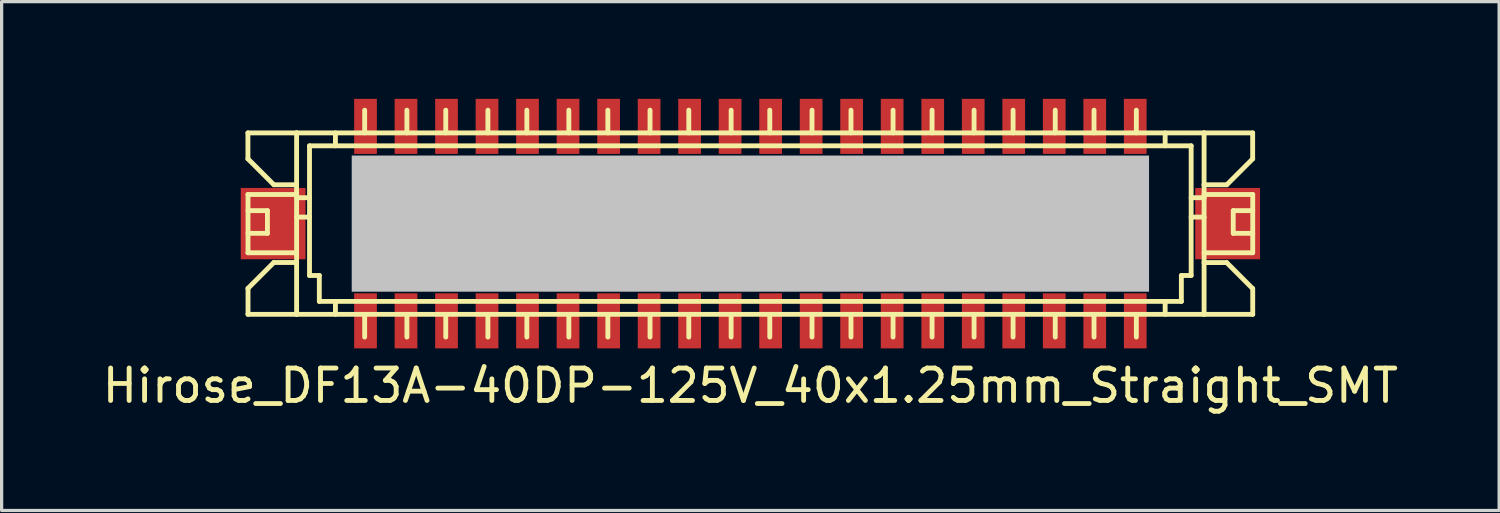
<source format=kicad_pcb>
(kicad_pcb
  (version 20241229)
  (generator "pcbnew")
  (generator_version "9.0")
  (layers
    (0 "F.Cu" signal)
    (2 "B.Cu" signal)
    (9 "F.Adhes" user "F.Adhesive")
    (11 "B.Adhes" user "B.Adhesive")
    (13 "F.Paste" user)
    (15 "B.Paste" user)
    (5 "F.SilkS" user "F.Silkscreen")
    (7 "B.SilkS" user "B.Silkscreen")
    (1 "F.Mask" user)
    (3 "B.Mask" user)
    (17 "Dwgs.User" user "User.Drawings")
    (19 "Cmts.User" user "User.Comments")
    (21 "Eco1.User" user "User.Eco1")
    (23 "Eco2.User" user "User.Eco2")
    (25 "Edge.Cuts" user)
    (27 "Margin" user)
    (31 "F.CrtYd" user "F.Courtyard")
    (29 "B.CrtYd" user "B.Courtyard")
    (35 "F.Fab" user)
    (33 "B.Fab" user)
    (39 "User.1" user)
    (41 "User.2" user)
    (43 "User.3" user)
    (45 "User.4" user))
  (footprint "Hirose_DF13A-40DP-125V_40x1.25mm_Straight_SMT"
    (layer "F.Cu")
    (at 20.101 3.849)
    (property "Reference" "Hirose_DF13A-40DP-125V_40x1.25mm_Straight_SMT" (at 0 5.001 0) (layer "F.SilkS") (effects (font (size 1 1) (thickness 0.15))))
    (attr smd)
    (fp_line (start -15.502 -2.799) (end -15.502 -1.999) (stroke (width 0.15) (type solid)) (layer "F.SilkS"))
    (fp_line (start -15.502 -1.999) (end -14.702 -1.199) (stroke (width 0.15) (type solid)) (layer "F.SilkS"))
    (fp_line (start -15.502 -0.899) (end -14 -0.899) (stroke (width 0.15) (type solid)) (layer "F.SilkS"))
    (fp_line (start -15.502 0.899) (end -14 0.899) (stroke (width 0.15) (type solid)) (layer "F.SilkS"))
    (fp_line (start -15.502 2.799) (end -14 2.799) (stroke (width 0.15) (type solid)) (layer "F.SilkS"))
    (fp_line (start -15.499 -0.401) (end -14.9 -0.401) (stroke (width 0.15) (type solid)) (layer "F.SilkS"))
    (fp_line (start -15.499 0.899) (end -15.499 -0.899) (stroke (width 0.15) (type solid)) (layer "F.SilkS"))
    (fp_line (start -15.499 2.799) (end -15.499 1.999) (stroke (width 0.15) (type solid)) (layer "F.SilkS"))
    (fp_line (start -14.9 -0.401) (end -14.9 0.3) (stroke (width 0.15) (type solid)) (layer "F.SilkS"))
    (fp_line (start -14.9 0.3) (end -15.499 0.3) (stroke (width 0.15) (type solid)) (layer "F.SilkS"))
    (fp_line (start -14.702 -1.199) (end -14 -1.199) (stroke (width 0.15) (type solid)) (layer "F.SilkS"))
    (fp_line (start -14.702 1.199) (end -15.502 1.999) (stroke (width 0.15) (type solid)) (layer "F.SilkS"))
    (fp_line (start -14 -2.799) (end -15.502 -2.799) (stroke (width 0.15) (type solid)) (layer "F.SilkS"))
    (fp_line (start -14 -2.799) (end -14 2.799) (stroke (width 0.15) (type solid)) (layer "F.SilkS"))
    (fp_line (start -14 -0.8) (end -13.599 -0.8) (stroke (width 0.15) (type solid)) (layer "F.SilkS"))
    (fp_line (start -14 -0.201) (end -13.599 -0.201) (stroke (width 0.15) (type solid)) (layer "F.SilkS"))
    (fp_line (start -14 1.199) (end -14.702 1.199) (stroke (width 0.15) (type solid)) (layer "F.SilkS"))
    (fp_line (start -14 2.799) (end 14 2.799) (stroke (width 0.15) (type solid)) (layer "F.SilkS"))
    (fp_line (start -13.602 1.6) (end -13.602 -2.4) (stroke (width 0.15) (type solid)) (layer "F.SilkS"))
    (fp_line (start -13.599 -2.4) (end 13.599 -2.4) (stroke (width 0.15) (type solid)) (layer "F.SilkS"))
    (fp_line (start -13.299 1.6) (end -13.602 1.6) (stroke (width 0.15) (type solid)) (layer "F.SilkS"))
    (fp_line (start -13.299 2.4) (end -13.299 1.6) (stroke (width 0.15) (type solid)) (layer "F.SilkS"))
    (fp_line (start -12.802 -2.799) (end -12.802 -2.4) (stroke (width 0.15) (type solid)) (layer "F.SilkS"))
    (fp_line (start -12.802 2.4) (end -12.802 2.799) (stroke (width 0.15) (type solid)) (layer "F.SilkS"))
    (fp_line (start -12.002 -0.701) (end -12.002 -0.5) (stroke (width 0.15) (type solid)) (layer "F.SilkS"))
    (fp_line (start -12.002 -0.5) (end -11.801 -0.5) (stroke (width 0.15) (type solid)) (layer "F.SilkS"))
    (fp_line (start -12.002 0.498) (end -12.002 0.699) (stroke (width 0.15) (type solid)) (layer "F.SilkS"))
    (fp_line (start -12.002 0.699) (end -11.801 0.699) (stroke (width 0.15) (type solid)) (layer "F.SilkS"))
    (fp_line (start -11.9 -3.5) (end -11.9 -2.799) (stroke (width 0.15) (type solid)) (layer "F.SilkS"))
    (fp_line (start -11.9 2.799) (end -11.9 3.5) (stroke (width 0.15) (type solid)) (layer "F.SilkS"))
    (fp_line (start -11.801 -0.701) (end -12.002 -0.701) (stroke (width 0.15) (type solid)) (layer "F.SilkS"))
    (fp_line (start -11.801 -0.5) (end -11.801 -0.701) (stroke (width 0.15) (type solid)) (layer "F.SilkS"))
    (fp_line (start -11.801 0.498) (end -12.002 0.498) (stroke (width 0.15) (type solid)) (layer "F.SilkS"))
    (fp_line (start -11.801 0.699) (end -11.801 0.498) (stroke (width 0.15) (type solid)) (layer "F.SilkS"))
    (fp_line (start -10.698 -0.699) (end -10.5 -0.699) (stroke (width 0.15) (type solid)) (layer "F.SilkS"))
    (fp_line (start -10.698 -0.5) (end -10.698 -0.699) (stroke (width 0.15) (type solid)) (layer "F.SilkS"))
    (fp_line (start -10.698 0.5) (end -10.5 0.5) (stroke (width 0.15) (type solid)) (layer "F.SilkS"))
    (fp_line (start -10.698 0.699) (end -10.698 0.5) (stroke (width 0.15) (type solid)) (layer "F.SilkS"))
    (fp_line (start -10.597 -3.5) (end -10.597 -2.799) (stroke (width 0.15) (type solid)) (layer "F.SilkS"))
    (fp_line (start -10.597 2.799) (end -10.597 3.5) (stroke (width 0.15) (type solid)) (layer "F.SilkS"))
    (fp_line (start -10.5 -0.699) (end -10.5 -0.5) (stroke (width 0.15) (type solid)) (layer "F.SilkS"))
    (fp_line (start -10.5 -0.5) (end -10.698 -0.5) (stroke (width 0.15) (type solid)) (layer "F.SilkS"))
    (fp_line (start -10.5 0.5) (end -10.5 0.699) (stroke (width 0.15) (type solid)) (layer "F.SilkS"))
    (fp_line (start -10.5 0.699) (end -10.698 0.699) (stroke (width 0.15) (type solid)) (layer "F.SilkS"))
    (fp_line (start -9.502 -0.699) (end -9.304 -0.699) (stroke (width 0.15) (type solid)) (layer "F.SilkS"))
    (fp_line (start -9.502 -0.5) (end -9.502 -0.699) (stroke (width 0.15) (type solid)) (layer "F.SilkS"))
    (fp_line (start -9.502 0.5) (end -9.304 0.5) (stroke (width 0.15) (type solid)) (layer "F.SilkS"))
    (fp_line (start -9.502 0.699) (end -9.502 0.5) (stroke (width 0.15) (type solid)) (layer "F.SilkS"))
    (fp_line (start -9.398 -3.5) (end -9.398 -2.799) (stroke (width 0.15) (type solid)) (layer "F.SilkS"))
    (fp_line (start -9.398 2.799) (end -9.398 3.5) (stroke (width 0.15) (type solid)) (layer "F.SilkS"))
    (fp_line (start -9.304 -0.699) (end -9.304 -0.5) (stroke (width 0.15) (type solid)) (layer "F.SilkS"))
    (fp_line (start -9.304 -0.5) (end -9.502 -0.5) (stroke (width 0.15) (type solid)) (layer "F.SilkS"))
    (fp_line (start -9.304 0.5) (end -9.304 0.699) (stroke (width 0.15) (type solid)) (layer "F.SilkS"))
    (fp_line (start -9.304 0.699) (end -9.502 0.699) (stroke (width 0.15) (type solid)) (layer "F.SilkS"))
    (fp_line (start -8.199 -0.699) (end -8.001 -0.699) (stroke (width 0.15) (type solid)) (layer "F.SilkS"))
    (fp_line (start -8.199 -0.5) (end -8.199 -0.699) (stroke (width 0.15) (type solid)) (layer "F.SilkS"))
    (fp_line (start -8.199 0.5) (end -8.001 0.5) (stroke (width 0.15) (type solid)) (layer "F.SilkS"))
    (fp_line (start -8.199 0.699) (end -8.199 0.5) (stroke (width 0.15) (type solid)) (layer "F.SilkS"))
    (fp_line (start -8.098 -3.5) (end -8.098 -2.799) (stroke (width 0.15) (type solid)) (layer "F.SilkS"))
    (fp_line (start -8.098 2.799) (end -8.098 3.5) (stroke (width 0.15) (type solid)) (layer "F.SilkS"))
    (fp_line (start -8.001 -0.699) (end -8.001 -0.5) (stroke (width 0.15) (type solid)) (layer "F.SilkS"))
    (fp_line (start -8.001 -0.5) (end -8.199 -0.5) (stroke (width 0.15) (type solid)) (layer "F.SilkS"))
    (fp_line (start -8.001 0.5) (end -8.001 0.699) (stroke (width 0.15) (type solid)) (layer "F.SilkS"))
    (fp_line (start -8.001 0.699) (end -8.199 0.699) (stroke (width 0.15) (type solid)) (layer "F.SilkS"))
    (fp_line (start -6.998 -0.701) (end -6.797 -0.701) (stroke (width 0.15) (type solid)) (layer "F.SilkS"))
    (fp_line (start -6.998 -0.5) (end -6.998 -0.701) (stroke (width 0.15) (type solid)) (layer "F.SilkS"))
    (fp_line (start -6.998 0.498) (end -6.797 0.498) (stroke (width 0.15) (type solid)) (layer "F.SilkS"))
    (fp_line (start -6.998 0.699) (end -6.998 0.498) (stroke (width 0.15) (type solid)) (layer "F.SilkS"))
    (fp_line (start -6.896 -3.5) (end -6.896 -2.799) (stroke (width 0.15) (type solid)) (layer "F.SilkS"))
    (fp_line (start -6.896 2.799) (end -6.896 3.5) (stroke (width 0.15) (type solid)) (layer "F.SilkS"))
    (fp_line (start -6.797 -0.701) (end -6.797 -0.5) (stroke (width 0.15) (type solid)) (layer "F.SilkS"))
    (fp_line (start -6.797 -0.5) (end -6.998 -0.5) (stroke (width 0.15) (type solid)) (layer "F.SilkS"))
    (fp_line (start -6.797 0.498) (end -6.797 0.699) (stroke (width 0.15) (type solid)) (layer "F.SilkS"))
    (fp_line (start -6.797 0.699) (end -6.998 0.699) (stroke (width 0.15) (type solid)) (layer "F.SilkS"))
    (fp_line (start -5.702 -0.704) (end -5.702 -0.503) (stroke (width 0.15) (type solid)) (layer "F.SilkS"))
    (fp_line (start -5.702 -0.503) (end -5.502 -0.503) (stroke (width 0.15) (type solid)) (layer "F.SilkS"))
    (fp_line (start -5.702 0.495) (end -5.702 0.696) (stroke (width 0.15) (type solid)) (layer "F.SilkS"))
    (fp_line (start -5.702 0.696) (end -5.502 0.696) (stroke (width 0.15) (type solid)) (layer "F.SilkS"))
    (fp_line (start -5.601 -3.5) (end -5.601 -2.799) (stroke (width 0.15) (type solid)) (layer "F.SilkS"))
    (fp_line (start -5.601 2.799) (end -5.601 3.5) (stroke (width 0.15) (type solid)) (layer "F.SilkS"))
    (fp_line (start -5.502 -0.704) (end -5.702 -0.704) (stroke (width 0.15) (type solid)) (layer "F.SilkS"))
    (fp_line (start -5.502 -0.503) (end -5.502 -0.704) (stroke (width 0.15) (type solid)) (layer "F.SilkS"))
    (fp_line (start -5.502 0.495) (end -5.702 0.495) (stroke (width 0.15) (type solid)) (layer "F.SilkS"))
    (fp_line (start -5.502 0.696) (end -5.502 0.495) (stroke (width 0.15) (type solid)) (layer "F.SilkS"))
    (fp_line (start -4.501 -0.701) (end -4.303 -0.701) (stroke (width 0.15) (type solid)) (layer "F.SilkS"))
    (fp_line (start -4.501 -0.503) (end -4.501 -0.701) (stroke (width 0.15) (type solid)) (layer "F.SilkS"))
    (fp_line (start -4.501 0.498) (end -4.303 0.498) (stroke (width 0.15) (type solid)) (layer "F.SilkS"))
    (fp_line (start -4.501 0.696) (end -4.501 0.498) (stroke (width 0.15) (type solid)) (layer "F.SilkS"))
    (fp_line (start -4.397 -3.5) (end -4.397 -2.799) (stroke (width 0.15) (type solid)) (layer "F.SilkS"))
    (fp_line (start -4.397 2.799) (end -4.397 3.5) (stroke (width 0.15) (type solid)) (layer "F.SilkS"))
    (fp_line (start -4.303 -0.701) (end -4.303 -0.503) (stroke (width 0.15) (type solid)) (layer "F.SilkS"))
    (fp_line (start -4.303 -0.503) (end -4.501 -0.503) (stroke (width 0.15) (type solid)) (layer "F.SilkS"))
    (fp_line (start -4.303 0.498) (end -4.303 0.696) (stroke (width 0.15) (type solid)) (layer "F.SilkS"))
    (fp_line (start -4.303 0.696) (end -4.501 0.696) (stroke (width 0.15) (type solid)) (layer "F.SilkS"))
    (fp_line (start -3.203 -0.701) (end -3.005 -0.701) (stroke (width 0.15) (type solid)) (layer "F.SilkS"))
    (fp_line (start -3.203 -0.503) (end -3.203 -0.701) (stroke (width 0.15) (type solid)) (layer "F.SilkS"))
    (fp_line (start -3.203 0.498) (end -3.005 0.498) (stroke (width 0.15) (type solid)) (layer "F.SilkS"))
    (fp_line (start -3.203 0.696) (end -3.203 0.498) (stroke (width 0.15) (type solid)) (layer "F.SilkS"))
    (fp_line (start -3.096 -3.5) (end -3.096 -2.799) (stroke (width 0.15) (type solid)) (layer "F.SilkS"))
    (fp_line (start -3.096 2.799) (end -3.096 3.5) (stroke (width 0.15) (type solid)) (layer "F.SilkS"))
    (fp_line (start -3.005 -0.701) (end -3.005 -0.503) (stroke (width 0.15) (type solid)) (layer "F.SilkS"))
    (fp_line (start -3.005 -0.503) (end -3.203 -0.503) (stroke (width 0.15) (type solid)) (layer "F.SilkS"))
    (fp_line (start -3.005 0.498) (end -3.005 0.696) (stroke (width 0.15) (type solid)) (layer "F.SilkS"))
    (fp_line (start -3.005 0.696) (end -3.203 0.696) (stroke (width 0.15) (type solid)) (layer "F.SilkS"))
    (fp_line (start -2.002 -0.701) (end -1.803 -0.701) (stroke (width 0.15) (type solid)) (layer "F.SilkS"))
    (fp_line (start -2.002 -0.503) (end -2.002 -0.701) (stroke (width 0.15) (type solid)) (layer "F.SilkS"))
    (fp_line (start -2.002 0.498) (end -1.803 0.498) (stroke (width 0.15) (type solid)) (layer "F.SilkS"))
    (fp_line (start -2.002 0.696) (end -2.002 0.498) (stroke (width 0.15) (type solid)) (layer "F.SilkS"))
    (fp_line (start -1.9 -3.5) (end -1.9 -2.799) (stroke (width 0.15) (type solid)) (layer "F.SilkS"))
    (fp_line (start -1.9 2.799) (end -1.9 3.5) (stroke (width 0.15) (type solid)) (layer "F.SilkS"))
    (fp_line (start -1.803 -0.701) (end -1.803 -0.503) (stroke (width 0.15) (type solid)) (layer "F.SilkS"))
    (fp_line (start -1.803 -0.503) (end -2.002 -0.503) (stroke (width 0.15) (type solid)) (layer "F.SilkS"))
    (fp_line (start -1.803 0.498) (end -1.803 0.696) (stroke (width 0.15) (type solid)) (layer "F.SilkS"))
    (fp_line (start -1.803 0.696) (end -2.002 0.696) (stroke (width 0.15) (type solid)) (layer "F.SilkS"))
    (fp_line (start -0.699 -0.704) (end -0.498 -0.704) (stroke (width 0.15) (type solid)) (layer "F.SilkS"))
    (fp_line (start -0.699 -0.503) (end -0.699 -0.704) (stroke (width 0.15) (type solid)) (layer "F.SilkS"))
    (fp_line (start -0.699 0.495) (end -0.498 0.495) (stroke (width 0.15) (type solid)) (layer "F.SilkS"))
    (fp_line (start -0.699 0.696) (end -0.699 0.495) (stroke (width 0.15) (type solid)) (layer "F.SilkS"))
    (fp_line (start -0.594 -3.5) (end -0.594 -2.799) (stroke (width 0.15) (type solid)) (layer "F.SilkS"))
    (fp_line (start -0.594 2.799) (end -0.594 3.5) (stroke (width 0.15) (type solid)) (layer "F.SilkS"))
    (fp_line (start -0.498 -0.704) (end -0.498 -0.503) (stroke (width 0.15) (type solid)) (layer "F.SilkS"))
    (fp_line (start -0.498 -0.503) (end -0.699 -0.503) (stroke (width 0.15) (type solid)) (layer "F.SilkS"))
    (fp_line (start -0.498 0.495) (end -0.498 0.696) (stroke (width 0.15) (type solid)) (layer "F.SilkS"))
    (fp_line (start -0.498 0.696) (end -0.699 0.696) (stroke (width 0.15) (type solid)) (layer "F.SilkS"))
    (fp_line (start 0.498 -0.704) (end 0.498 -0.503) (stroke (width 0.15) (type solid)) (layer "F.SilkS"))
    (fp_line (start 0.498 -0.503) (end 0.699 -0.503) (stroke (width 0.15) (type solid)) (layer "F.SilkS"))
    (fp_line (start 0.498 0.495) (end 0.498 0.696) (stroke (width 0.15) (type solid)) (layer "F.SilkS"))
    (fp_line (start 0.498 0.696) (end 0.699 0.696) (stroke (width 0.15) (type solid)) (layer "F.SilkS"))
    (fp_line (start 0.599 -3.5) (end 0.599 -2.799) (stroke (width 0.15) (type solid)) (layer "F.SilkS"))
    (fp_line (start 0.599 2.799) (end 0.599 3.5) (stroke (width 0.15) (type solid)) (layer "F.SilkS"))
    (fp_line (start 0.699 -0.704) (end 0.498 -0.704) (stroke (width 0.15) (type solid)) (layer "F.SilkS"))
    (fp_line (start 0.699 -0.503) (end 0.699 -0.704) (stroke (width 0.15) (type solid)) (layer "F.SilkS"))
    (fp_line (start 0.699 0.495) (end 0.498 0.495) (stroke (width 0.15) (type solid)) (layer "F.SilkS"))
    (fp_line (start 0.699 0.696) (end 0.699 0.495) (stroke (width 0.15) (type solid)) (layer "F.SilkS"))
    (fp_line (start 1.798 -0.701) (end 1.996 -0.701) (stroke (width 0.15) (type solid)) (layer "F.SilkS"))
    (fp_line (start 1.798 -0.503) (end 1.798 -0.701) (stroke (width 0.15) (type solid)) (layer "F.SilkS"))
    (fp_line (start 1.798 0.498) (end 1.996 0.498) (stroke (width 0.15) (type solid)) (layer "F.SilkS"))
    (fp_line (start 1.798 0.696) (end 1.798 0.498) (stroke (width 0.15) (type solid)) (layer "F.SilkS"))
    (fp_line (start 1.902 -3.5) (end 1.902 -2.799) (stroke (width 0.15) (type solid)) (layer "F.SilkS"))
    (fp_line (start 1.902 2.799) (end 1.902 3.5) (stroke (width 0.15) (type solid)) (layer "F.SilkS"))
    (fp_line (start 1.996 -0.701) (end 1.996 -0.503) (stroke (width 0.15) (type solid)) (layer "F.SilkS"))
    (fp_line (start 1.996 -0.503) (end 1.798 -0.503) (stroke (width 0.15) (type solid)) (layer "F.SilkS"))
    (fp_line (start 1.996 0.498) (end 1.996 0.696) (stroke (width 0.15) (type solid)) (layer "F.SilkS"))
    (fp_line (start 1.996 0.696) (end 1.798 0.696) (stroke (width 0.15) (type solid)) (layer "F.SilkS"))
    (fp_line (start 2.997 -0.701) (end 3.195 -0.701) (stroke (width 0.15) (type solid)) (layer "F.SilkS"))
    (fp_line (start 2.997 -0.503) (end 2.997 -0.701) (stroke (width 0.15) (type solid)) (layer "F.SilkS"))
    (fp_line (start 2.997 0.498) (end 3.195 0.498) (stroke (width 0.15) (type solid)) (layer "F.SilkS"))
    (fp_line (start 2.997 0.696) (end 2.997 0.498) (stroke (width 0.15) (type solid)) (layer "F.SilkS"))
    (fp_line (start 3.104 -3.5) (end 3.104 -2.799) (stroke (width 0.15) (type solid)) (layer "F.SilkS"))
    (fp_line (start 3.104 2.799) (end 3.104 3.5) (stroke (width 0.15) (type solid)) (layer "F.SilkS"))
    (fp_line (start 3.195 -0.701) (end 3.195 -0.503) (stroke (width 0.15) (type solid)) (layer "F.SilkS"))
    (fp_line (start 3.195 -0.503) (end 2.997 -0.503) (stroke (width 0.15) (type solid)) (layer "F.SilkS"))
    (fp_line (start 3.195 0.498) (end 3.195 0.696) (stroke (width 0.15) (type solid)) (layer "F.SilkS"))
    (fp_line (start 3.195 0.696) (end 2.997 0.696) (stroke (width 0.15) (type solid)) (layer "F.SilkS"))
    (fp_line (start 4.295 -0.701) (end 4.493 -0.701) (stroke (width 0.15) (type solid)) (layer "F.SilkS"))
    (fp_line (start 4.295 -0.503) (end 4.295 -0.701) (stroke (width 0.15) (type solid)) (layer "F.SilkS"))
    (fp_line (start 4.295 0.498) (end 4.493 0.498) (stroke (width 0.15) (type solid)) (layer "F.SilkS"))
    (fp_line (start 4.295 0.696) (end 4.295 0.498) (stroke (width 0.15) (type solid)) (layer "F.SilkS"))
    (fp_line (start 4.402 -3.5) (end 4.402 -2.799) (stroke (width 0.15) (type solid)) (layer "F.SilkS"))
    (fp_line (start 4.402 2.799) (end 4.402 3.5) (stroke (width 0.15) (type solid)) (layer "F.SilkS"))
    (fp_line (start 4.493 -0.701) (end 4.493 -0.503) (stroke (width 0.15) (type solid)) (layer "F.SilkS"))
    (fp_line (start 4.493 -0.503) (end 4.295 -0.503) (stroke (width 0.15) (type solid)) (layer "F.SilkS"))
    (fp_line (start 4.493 0.498) (end 4.493 0.696) (stroke (width 0.15) (type solid)) (layer "F.SilkS"))
    (fp_line (start 4.493 0.696) (end 4.295 0.696) (stroke (width 0.15) (type solid)) (layer "F.SilkS"))
    (fp_line (start 5.499 -0.704) (end 5.7 -0.704) (stroke (width 0.15) (type solid)) (layer "F.SilkS"))
    (fp_line (start 5.499 -0.503) (end 5.499 -0.704) (stroke (width 0.15) (type solid)) (layer "F.SilkS"))
    (fp_line (start 5.499 0.495) (end 5.7 0.495) (stroke (width 0.15) (type solid)) (layer "F.SilkS"))
    (fp_line (start 5.499 0.696) (end 5.499 0.495) (stroke (width 0.15) (type solid)) (layer "F.SilkS"))
    (fp_line (start 5.606 -3.5) (end 5.606 -2.799) (stroke (width 0.15) (type solid)) (layer "F.SilkS"))
    (fp_line (start 5.606 2.799) (end 5.606 3.5) (stroke (width 0.15) (type solid)) (layer "F.SilkS"))
    (fp_line (start 5.7 -0.704) (end 5.7 -0.503) (stroke (width 0.15) (type solid)) (layer "F.SilkS"))
    (fp_line (start 5.7 -0.503) (end 5.499 -0.503) (stroke (width 0.15) (type solid)) (layer "F.SilkS"))
    (fp_line (start 5.7 0.495) (end 5.7 0.696) (stroke (width 0.15) (type solid)) (layer "F.SilkS"))
    (fp_line (start 5.7 0.696) (end 5.499 0.696) (stroke (width 0.15) (type solid)) (layer "F.SilkS"))
    (fp_line (start 6.797 -0.704) (end 6.797 -0.503) (stroke (width 0.15) (type solid)) (layer "F.SilkS"))
    (fp_line (start 6.797 -0.503) (end 6.998 -0.503) (stroke (width 0.15) (type solid)) (layer "F.SilkS"))
    (fp_line (start 6.797 0.495) (end 6.797 0.696) (stroke (width 0.15) (type solid)) (layer "F.SilkS"))
    (fp_line (start 6.797 0.696) (end 6.998 0.696) (stroke (width 0.15) (type solid)) (layer "F.SilkS"))
    (fp_line (start 6.901 -3.5) (end 6.901 -2.799) (stroke (width 0.15) (type solid)) (layer "F.SilkS"))
    (fp_line (start 6.901 2.799) (end 6.901 3.5) (stroke (width 0.15) (type solid)) (layer "F.SilkS"))
    (fp_line (start 6.998 -0.704) (end 6.797 -0.704) (stroke (width 0.15) (type solid)) (layer "F.SilkS"))
    (fp_line (start 6.998 -0.503) (end 6.998 -0.704) (stroke (width 0.15) (type solid)) (layer "F.SilkS"))
    (fp_line (start 6.998 0.495) (end 6.797 0.495) (stroke (width 0.15) (type solid)) (layer "F.SilkS"))
    (fp_line (start 6.998 0.696) (end 6.998 0.495) (stroke (width 0.15) (type solid)) (layer "F.SilkS"))
    (fp_line (start 7.998 -0.701) (end 8.197 -0.701) (stroke (width 0.15) (type solid)) (layer "F.SilkS"))
    (fp_line (start 7.998 -0.503) (end 7.998 -0.701) (stroke (width 0.15) (type solid)) (layer "F.SilkS"))
    (fp_line (start 7.998 0.498) (end 8.197 0.498) (stroke (width 0.15) (type solid)) (layer "F.SilkS"))
    (fp_line (start 7.998 0.696) (end 7.998 0.498) (stroke (width 0.15) (type solid)) (layer "F.SilkS"))
    (fp_line (start 8.105 -3.5) (end 8.105 -2.799) (stroke (width 0.15) (type solid)) (layer "F.SilkS"))
    (fp_line (start 8.105 2.799) (end 8.105 3.5) (stroke (width 0.15) (type solid)) (layer "F.SilkS"))
    (fp_line (start 8.197 -0.701) (end 8.197 -0.503) (stroke (width 0.15) (type solid)) (layer "F.SilkS"))
    (fp_line (start 8.197 -0.503) (end 7.998 -0.503) (stroke (width 0.15) (type solid)) (layer "F.SilkS"))
    (fp_line (start 8.197 0.498) (end 8.197 0.696) (stroke (width 0.15) (type solid)) (layer "F.SilkS"))
    (fp_line (start 8.197 0.696) (end 7.998 0.696) (stroke (width 0.15) (type solid)) (layer "F.SilkS"))
    (fp_line (start 9.296 -0.701) (end 9.495 -0.701) (stroke (width 0.15) (type solid)) (layer "F.SilkS"))
    (fp_line (start 9.296 -0.503) (end 9.296 -0.701) (stroke (width 0.15) (type solid)) (layer "F.SilkS"))
    (fp_line (start 9.296 0.498) (end 9.495 0.498) (stroke (width 0.15) (type solid)) (layer "F.SilkS"))
    (fp_line (start 9.296 0.696) (end 9.296 0.498) (stroke (width 0.15) (type solid)) (layer "F.SilkS"))
    (fp_line (start 9.406 -3.5) (end 9.406 -2.799) (stroke (width 0.15) (type solid)) (layer "F.SilkS"))
    (fp_line (start 9.406 2.799) (end 9.406 3.5) (stroke (width 0.15) (type solid)) (layer "F.SilkS"))
    (fp_line (start 9.495 -0.701) (end 9.495 -0.503) (stroke (width 0.15) (type solid)) (layer "F.SilkS"))
    (fp_line (start 9.495 -0.503) (end 9.296 -0.503) (stroke (width 0.15) (type solid)) (layer "F.SilkS"))
    (fp_line (start 9.495 0.498) (end 9.495 0.696) (stroke (width 0.15) (type solid)) (layer "F.SilkS"))
    (fp_line (start 9.495 0.696) (end 9.296 0.696) (stroke (width 0.15) (type solid)) (layer "F.SilkS"))
    (fp_line (start 10.493 -0.701) (end 10.691 -0.701) (stroke (width 0.15) (type solid)) (layer "F.SilkS"))
    (fp_line (start 10.493 -0.503) (end 10.493 -0.701) (stroke (width 0.15) (type solid)) (layer "F.SilkS"))
    (fp_line (start 10.493 0.498) (end 10.691 0.498) (stroke (width 0.15) (type solid)) (layer "F.SilkS"))
    (fp_line (start 10.493 0.696) (end 10.493 0.498) (stroke (width 0.15) (type solid)) (layer "F.SilkS"))
    (fp_line (start 10.602 -3.5) (end 10.602 -2.799) (stroke (width 0.15) (type solid)) (layer "F.SilkS"))
    (fp_line (start 10.602 2.799) (end 10.602 3.5) (stroke (width 0.15) (type solid)) (layer "F.SilkS"))
    (fp_line (start 10.691 -0.701) (end 10.691 -0.503) (stroke (width 0.15) (type solid)) (layer "F.SilkS"))
    (fp_line (start 10.691 -0.503) (end 10.493 -0.503) (stroke (width 0.15) (type solid)) (layer "F.SilkS"))
    (fp_line (start 10.691 0.498) (end 10.691 0.696) (stroke (width 0.15) (type solid)) (layer "F.SilkS"))
    (fp_line (start 10.691 0.696) (end 10.493 0.696) (stroke (width 0.15) (type solid)) (layer "F.SilkS"))
    (fp_line (start 11.798 -0.704) (end 11.999 -0.704) (stroke (width 0.15) (type solid)) (layer "F.SilkS"))
    (fp_line (start 11.798 -0.503) (end 11.798 -0.704) (stroke (width 0.15) (type solid)) (layer "F.SilkS"))
    (fp_line (start 11.798 0.495) (end 11.999 0.495) (stroke (width 0.15) (type solid)) (layer "F.SilkS"))
    (fp_line (start 11.798 0.696) (end 11.798 0.495) (stroke (width 0.15) (type solid)) (layer "F.SilkS"))
    (fp_line (start 11.908 -3.5) (end 11.908 -2.799) (stroke (width 0.15) (type solid)) (layer "F.SilkS"))
    (fp_line (start 11.908 2.799) (end 11.908 3.5) (stroke (width 0.15) (type solid)) (layer "F.SilkS"))
    (fp_line (start 11.999 -0.704) (end 11.999 -0.503) (stroke (width 0.15) (type solid)) (layer "F.SilkS"))
    (fp_line (start 11.999 -0.503) (end 11.798 -0.503) (stroke (width 0.15) (type solid)) (layer "F.SilkS"))
    (fp_line (start 11.999 0.495) (end 11.999 0.696) (stroke (width 0.15) (type solid)) (layer "F.SilkS"))
    (fp_line (start 11.999 0.696) (end 11.798 0.696) (stroke (width 0.15) (type solid)) (layer "F.SilkS"))
    (fp_line (start 12.797 -2.799) (end 12.797 -2.4) (stroke (width 0.15) (type solid)) (layer "F.SilkS"))
    (fp_line (start 12.797 2.4) (end 12.797 2.799) (stroke (width 0.15) (type solid)) (layer "F.SilkS"))
    (fp_line (start 13.297 1.6) (end 13.297 2.4) (stroke (width 0.15) (type solid)) (layer "F.SilkS"))
    (fp_line (start 13.299 2.4) (end -13.299 2.4) (stroke (width 0.15) (type solid)) (layer "F.SilkS"))
    (fp_line (start 13.599 -2.4) (end 13.599 1.6) (stroke (width 0.15) (type solid)) (layer "F.SilkS"))
    (fp_line (start 13.599 -0.201) (end 14 -0.201) (stroke (width 0.15) (type solid)) (layer "F.SilkS"))
    (fp_line (start 13.599 1.6) (end 13.297 1.6) (stroke (width 0.15) (type solid)) (layer "F.SilkS"))
    (fp_line (start 13.995 -1.199) (end 14.696 -1.199) (stroke (width 0.15) (type solid)) (layer "F.SilkS"))
    (fp_line (start 13.995 1.201) (end 14.696 1.201) (stroke (width 0.15) (type solid)) (layer "F.SilkS"))
    (fp_line (start 13.998 2.799) (end 13.998 -2.799) (stroke (width 0.15) (type solid)) (layer "F.SilkS"))
    (fp_line (start 13.998 2.799) (end 15.499 2.799) (stroke (width 0.15) (type solid)) (layer "F.SilkS"))
    (fp_line (start 14 -2.799) (end -14 -2.799) (stroke (width 0.15) (type solid)) (layer "F.SilkS"))
    (fp_line (start 14 -0.8) (end 13.599 -0.8) (stroke (width 0.15) (type solid)) (layer "F.SilkS"))
    (fp_line (start 14.694 1.201) (end 15.494 2.002) (stroke (width 0.15) (type solid)) (layer "F.SilkS"))
    (fp_line (start 14.699 -1.199) (end 15.499 -1.999) (stroke (width 0.15) (type solid)) (layer "F.SilkS"))
    (fp_line (start 14.897 -0.401) (end 14.897 0.3) (stroke (width 0.15) (type solid)) (layer "F.SilkS"))
    (fp_line (start 14.9 -0.401) (end 15.499 -0.401) (stroke (width 0.15) (type solid)) (layer "F.SilkS"))
    (fp_line (start 14.9 0.3) (end 15.499 0.3) (stroke (width 0.15) (type solid)) (layer "F.SilkS"))
    (fp_line (start 15.497 -2.799) (end 13.995 -2.799) (stroke (width 0.15) (type solid)) (layer "F.SilkS"))
    (fp_line (start 15.497 -2.799) (end 15.497 -1.999) (stroke (width 0.15) (type solid)) (layer "F.SilkS"))
    (fp_line (start 15.497 -0.899) (end 13.998 -0.899) (stroke (width 0.15) (type solid)) (layer "F.SilkS"))
    (fp_line (start 15.497 0.899) (end 13.998 0.899) (stroke (width 0.15) (type solid)) (layer "F.SilkS"))
    (fp_line (start 15.499 -0.899) (end 15.499 0.899) (stroke (width 0.15) (type solid)) (layer "F.SilkS"))
    (fp_line (start 15.499 2.799) (end 15.499 1.999) (stroke (width 0.15) (type solid)) (layer "F.SilkS"))
    (pad "" smd rect (at -14.724 0) (size 1.999 2.2) (layers "F.Cu" "F.Mask" "F.Paste"))
    (pad "" smd rect (at 0 0) (size 24.6 4.201) (layers "Dwgs.User"))
    (pad "" smd rect (at 14.724 0) (size 1.999 2.2) (layers "F.Cu" "F.Mask" "F.Paste"))
    (pad "1" smd rect (at -11.874 -3) (size 0.701 1.699) (layers "F.Cu" "F.Mask" "F.Paste"))
    (pad "2" smd rect (at -11.874 3) (size 0.701 1.699) (layers "F.Cu" "F.Mask" "F.Paste"))
    (pad "3" smd rect (at -10.625 -3) (size 0.701 1.699) (layers "F.Cu" "F.Mask" "F.Paste"))
    (pad "4" smd rect (at -10.625 3) (size 0.701 1.699) (layers "F.Cu" "F.Mask" "F.Paste"))
    (pad "5" smd rect (at -9.375 -3) (size 0.701 1.699) (layers "F.Cu" "F.Mask" "F.Paste"))
    (pad "6" smd rect (at -9.375 3) (size 0.701 1.699) (layers "F.Cu" "F.Mask" "F.Paste"))
    (pad "7" smd rect (at -8.125 -3) (size 0.701 1.699) (layers "F.Cu" "F.Mask" "F.Paste"))
    (pad "8" smd rect (at -8.125 3) (size 0.701 1.699) (layers "F.Cu" "F.Mask" "F.Paste"))
    (pad "9" smd rect (at -6.876 -3) (size 0.701 1.699) (layers "F.Cu" "F.Mask" "F.Paste"))
    (pad "10" smd rect (at -6.876 3) (size 0.701 1.699) (layers "F.Cu" "F.Mask" "F.Paste"))
    (pad "11" smd rect (at -5.626 -3) (size 0.701 1.699) (layers "F.Cu" "F.Mask" "F.Paste"))
    (pad "12" smd rect (at -5.626 3) (size 0.701 1.699) (layers "F.Cu" "F.Mask" "F.Paste"))
    (pad "13" smd rect (at -4.374 -3) (size 0.701 1.699) (layers "F.Cu" "F.Mask" "F.Paste"))
    (pad "14" smd rect (at -4.374 3) (size 0.701 1.699) (layers "F.Cu" "F.Mask" "F.Paste"))
    (pad "15" smd rect (at -3.124 -3) (size 0.701 1.699) (layers "F.Cu" "F.Mask" "F.Paste"))
    (pad "16" smd rect (at -3.124 3) (size 0.701 1.699) (layers "F.Cu" "F.Mask" "F.Paste"))
    (pad "17" smd rect (at -1.875 -3) (size 0.701 1.699) (layers "F.Cu" "F.Mask" "F.Paste"))
    (pad "18" smd rect (at -1.875 3) (size 0.701 1.699) (layers "F.Cu" "F.Mask" "F.Paste"))
    (pad "19" smd rect (at -0.625 -3) (size 0.701 1.699) (layers "F.Cu" "F.Mask" "F.Paste"))
    (pad "20" smd rect (at -0.625 3) (size 0.701 1.699) (layers "F.Cu" "F.Mask" "F.Paste"))
    (pad "21" smd rect (at 0.625 -3) (size 0.701 1.699) (layers "F.Cu" "F.Mask" "F.Paste"))
    (pad "22" smd rect (at 0.625 3) (size 0.701 1.699) (layers "F.Cu" "F.Mask" "F.Paste"))
    (pad "23" smd rect (at 1.875 -3) (size 0.701 1.699) (layers "F.Cu" "F.Mask" "F.Paste"))
    (pad "24" smd rect (at 1.875 3) (size 0.701 1.699) (layers "F.Cu" "F.Mask" "F.Paste"))
    (pad "25" smd rect (at 3.124 -3) (size 0.701 1.699) (layers "F.Cu" "F.Mask" "F.Paste"))
    (pad "26" smd rect (at 3.124 3) (size 0.701 1.699) (layers "F.Cu" "F.Mask" "F.Paste"))
    (pad "27" smd rect (at 4.374 -3) (size 0.701 1.699) (layers "F.Cu" "F.Mask" "F.Paste"))
    (pad "28" smd rect (at 4.374 3) (size 0.701 1.699) (layers "F.Cu" "F.Mask" "F.Paste"))
    (pad "29" smd rect (at 5.626 -3) (size 0.701 1.699) (layers "F.Cu" "F.Mask" "F.Paste"))
    (pad "30" smd rect (at 5.626 3) (size 0.701 1.699) (layers "F.Cu" "F.Mask" "F.Paste"))
    (pad "31" smd rect (at 6.876 -3) (size 0.701 1.699) (layers "F.Cu" "F.Mask" "F.Paste"))
    (pad "32" smd rect (at 6.876 3) (size 0.701 1.699) (layers "F.Cu" "F.Mask" "F.Paste"))
    (pad "33" smd rect (at 8.125 -3) (size 0.701 1.699) (layers "F.Cu" "F.Mask" "F.Paste"))
    (pad "34" smd rect (at 8.125 3) (size 0.701 1.699) (layers "F.Cu" "F.Mask" "F.Paste"))
    (pad "35" smd rect (at 9.375 -3) (size 0.701 1.699) (layers "F.Cu" "F.Mask" "F.Paste"))
    (pad "36" smd rect (at 9.375 3) (size 0.701 1.699) (layers "F.Cu" "F.Mask" "F.Paste"))
    (pad "37" smd rect (at 10.625 -3) (size 0.701 1.699) (layers "F.Cu" "F.Mask" "F.Paste"))
    (pad "38" smd rect (at 10.625 3) (size 0.701 1.699) (layers "F.Cu" "F.Mask" "F.Paste"))
    (pad "39" smd rect (at 11.874 -3) (size 0.701 1.699) (layers "F.Cu" "F.Mask" "F.Paste"))
    (pad "40" smd rect (at 11.874 3) (size 0.701 1.699) (layers "F.Cu" "F.Mask" "F.Paste")))
  (gr_rect
    (start -3 -3)
    (end 43.202 12.699)
    (stroke (width 0.1) (type default))
    (fill no)
    (layer "Edge.Cuts")))
</source>
